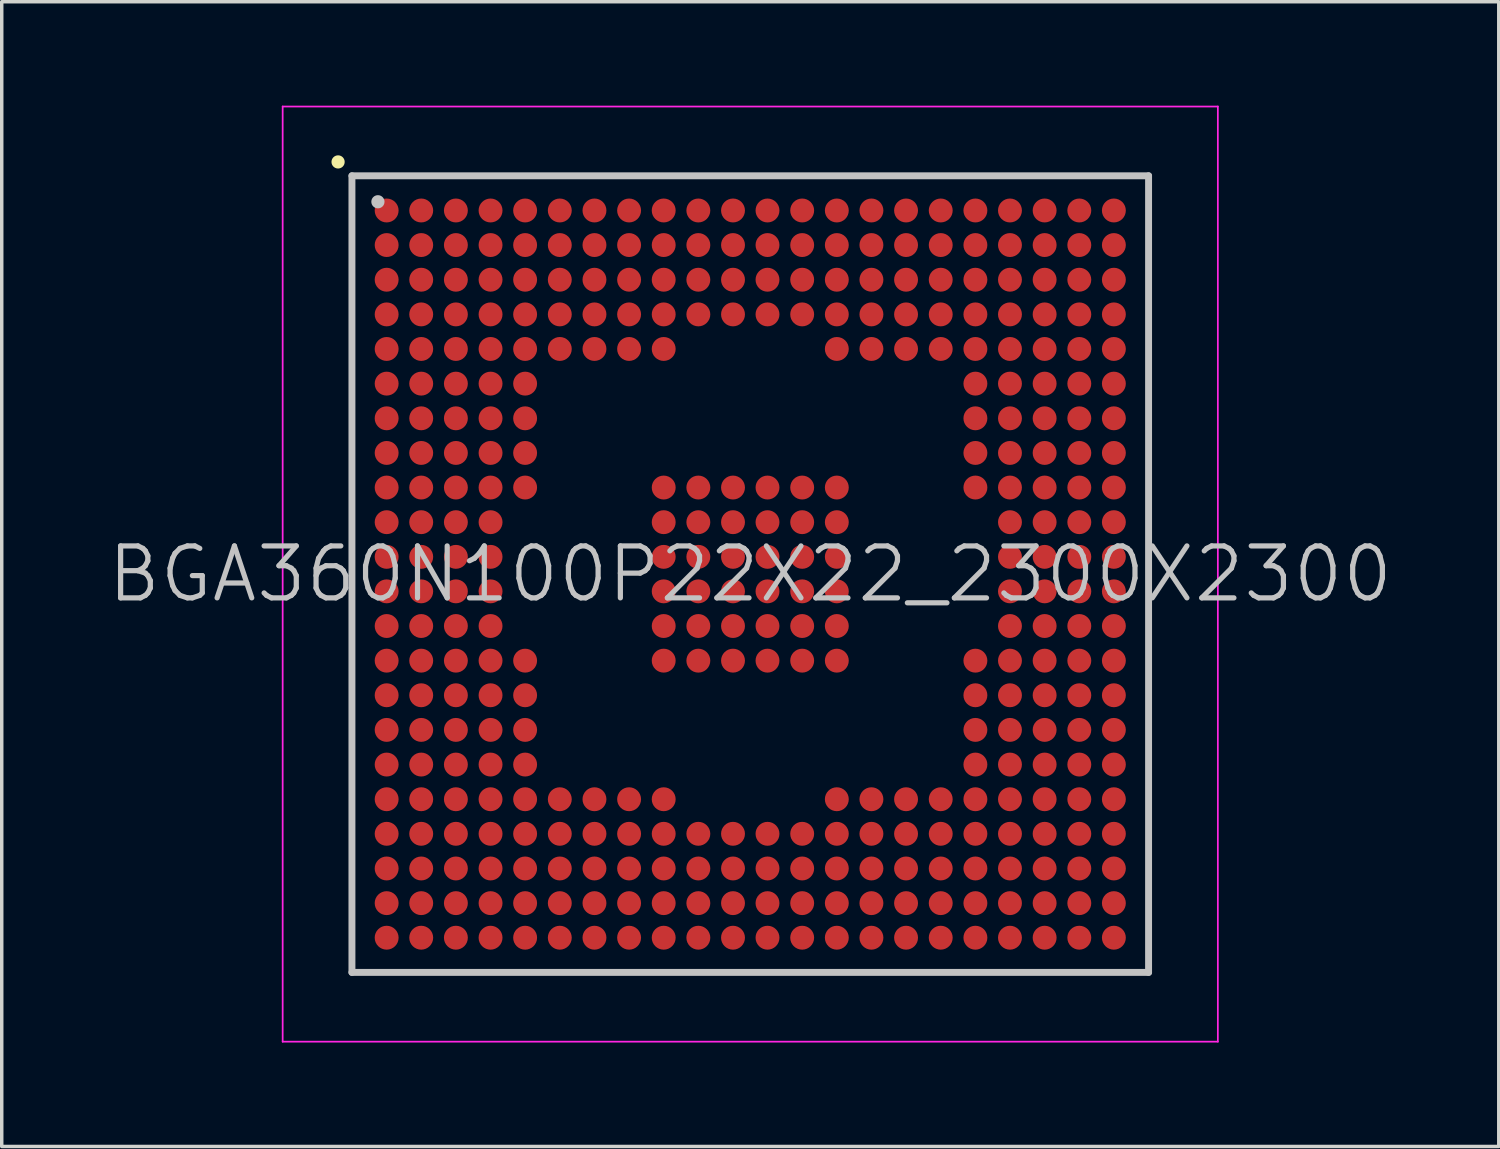
<source format=kicad_pcb>
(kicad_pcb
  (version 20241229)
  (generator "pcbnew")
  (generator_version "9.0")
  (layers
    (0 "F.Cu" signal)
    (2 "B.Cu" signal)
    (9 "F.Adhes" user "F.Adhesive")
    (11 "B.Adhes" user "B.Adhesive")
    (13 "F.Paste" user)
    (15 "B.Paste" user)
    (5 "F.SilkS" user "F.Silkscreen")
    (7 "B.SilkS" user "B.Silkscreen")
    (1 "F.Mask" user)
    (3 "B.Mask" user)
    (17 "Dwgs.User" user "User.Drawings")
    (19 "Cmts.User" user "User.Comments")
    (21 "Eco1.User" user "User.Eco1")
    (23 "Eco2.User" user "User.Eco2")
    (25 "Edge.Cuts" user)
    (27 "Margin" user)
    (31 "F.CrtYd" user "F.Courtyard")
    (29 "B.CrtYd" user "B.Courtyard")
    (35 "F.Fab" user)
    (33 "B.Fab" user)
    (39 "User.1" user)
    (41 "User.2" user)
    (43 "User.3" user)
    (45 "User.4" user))
  (footprint "BGA360N100P22X22_2300X2300"
    (layer "F.Cu")
    (at 18.611 13.525)
    (property "Reference" "BGA360N100P22X22_2300X2300" (at 0 0 0) (layer "Dwgs.User") (effects (font (size 1.5 1.5) (thickness 0.15))))
    (attr smd)
    (fp_line (start -11.9 -11.9) (end -11.9 -11.9) (stroke (width 0.381) (type solid)) (layer "F.SilkS"))
    (fp_line (start -11.5 -11.5) (end -11.5 11.5) (stroke (width 0.2) (type solid)) (layer "Dwgs.User"))
    (fp_line (start -11.5 -11.5) (end 11.5 -11.5) (stroke (width 0.2) (type solid)) (layer "Dwgs.User"))
    (fp_line (start -11.5 11.5) (end 11.5 11.5) (stroke (width 0.2) (type solid)) (layer "Dwgs.User"))
    (fp_line (start -10.75 -10.75) (end -10.75 -10.75) (stroke (width 0.381) (type solid)) (layer "Dwgs.User"))
    (fp_line (start 11.5 -11.5) (end 11.5 11.5) (stroke (width 0.2) (type solid)) (layer "Dwgs.User"))
    (fp_line (start -13.5 -13.5) (end -13.5 13.5) (stroke (width 0.05) (type solid)) (layer "F.CrtYd"))
    (fp_line (start -13.5 -13.5) (end 13.5 -13.5) (stroke (width 0.05) (type solid)) (layer "F.CrtYd"))
    (fp_line (start -13.5 13.5) (end 13.5 13.5) (stroke (width 0.05) (type solid)) (layer "F.CrtYd"))
    (fp_line (start 13.5 -13.5) (end 13.5 13.5) (stroke (width 0.05) (type solid)) (layer "F.CrtYd"))
    (pad "A1" smd circle (at -10.498 -10.498 270) (size 0.69 0.69) (layers "F.Cu" "F.Mask" "F.Paste"))
    (pad "A2" smd circle (at -9.5 -10.498 270) (size 0.69 0.69) (layers "F.Cu" "F.Mask" "F.Paste"))
    (pad "A3" smd circle (at -8.499 -10.498 270) (size 0.69 0.69) (layers "F.Cu" "F.Mask" "F.Paste"))
    (pad "A4" smd circle (at -7.498 -10.498 270) (size 0.69 0.69) (layers "F.Cu" "F.Mask" "F.Paste"))
    (pad "A5" smd circle (at -6.5 -10.498 270) (size 0.69 0.69) (layers "F.Cu" "F.Mask" "F.Paste"))
    (pad "A6" smd circle (at -5.499 -10.498 270) (size 0.69 0.69) (layers "F.Cu" "F.Mask" "F.Paste"))
    (pad "A7" smd circle (at -4.498 -10.498 270) (size 0.69 0.69) (layers "F.Cu" "F.Mask" "F.Paste"))
    (pad "A8" smd circle (at -3.498 -10.498 270) (size 0.69 0.69) (layers "F.Cu" "F.Mask" "F.Paste"))
    (pad "A9" smd circle (at -2.499 -10.498 270) (size 0.69 0.69) (layers "F.Cu" "F.Mask" "F.Paste"))
    (pad "A10" smd circle (at -1.499 -10.498 270) (size 0.69 0.69) (layers "F.Cu" "F.Mask" "F.Paste"))
    (pad "A11" smd circle (at -0.498 -10.498 270) (size 0.69 0.69) (layers "F.Cu" "F.Mask" "F.Paste"))
    (pad "A12" smd circle (at 0.498 -10.498 270) (size 0.69 0.69) (layers "F.Cu" "F.Mask" "F.Paste"))
    (pad "A13" smd circle (at 1.499 -10.498 270) (size 0.69 0.69) (layers "F.Cu" "F.Mask" "F.Paste"))
    (pad "A14" smd circle (at 2.499 -10.498 270) (size 0.69 0.69) (layers "F.Cu" "F.Mask" "F.Paste"))
    (pad "A15" smd circle (at 3.498 -10.498 270) (size 0.69 0.69) (layers "F.Cu" "F.Mask" "F.Paste"))
    (pad "A16" smd circle (at 4.498 -10.498 270) (size 0.69 0.69) (layers "F.Cu" "F.Mask" "F.Paste"))
    (pad "A17" smd circle (at 5.499 -10.498 270) (size 0.69 0.69) (layers "F.Cu" "F.Mask" "F.Paste"))
    (pad "A18" smd circle (at 6.5 -10.498 270) (size 0.69 0.69) (layers "F.Cu" "F.Mask" "F.Paste"))
    (pad "A19" smd circle (at 7.498 -10.498 270) (size 0.69 0.69) (layers "F.Cu" "F.Mask" "F.Paste"))
    (pad "A20" smd circle (at 8.499 -10.498 270) (size 0.69 0.69) (layers "F.Cu" "F.Mask" "F.Paste"))
    (pad "A21" smd circle (at 9.5 -10.498 270) (size 0.69 0.69) (layers "F.Cu" "F.Mask" "F.Paste"))
    (pad "A22" smd circle (at 10.498 -10.498 270) (size 0.69 0.69) (layers "F.Cu" "F.Mask" "F.Paste"))
    (pad "AA1" smd circle (at -10.498 9.5 270) (size 0.69 0.69) (layers "F.Cu" "F.Mask" "F.Paste"))
    (pad "AA2" smd circle (at -9.5 9.5 270) (size 0.69 0.69) (layers "F.Cu" "F.Mask" "F.Paste"))
    (pad "AA3" smd circle (at -8.499 9.5 270) (size 0.69 0.69) (layers "F.Cu" "F.Mask" "F.Paste"))
    (pad "AA4" smd circle (at -7.498 9.5 270) (size 0.69 0.69) (layers "F.Cu" "F.Mask" "F.Paste"))
    (pad "AA5" smd circle (at -6.5 9.5 270) (size 0.69 0.69) (layers "F.Cu" "F.Mask" "F.Paste"))
    (pad "AA6" smd circle (at -5.499 9.5 270) (size 0.69 0.69) (layers "F.Cu" "F.Mask" "F.Paste"))
    (pad "AA7" smd circle (at -4.498 9.5 270) (size 0.69 0.69) (layers "F.Cu" "F.Mask" "F.Paste"))
    (pad "AA8" smd circle (at -3.498 9.5 270) (size 0.69 0.69) (layers "F.Cu" "F.Mask" "F.Paste"))
    (pad "AA9" smd circle (at -2.499 9.5 270) (size 0.69 0.69) (layers "F.Cu" "F.Mask" "F.Paste"))
    (pad "AA10" smd circle (at -1.499 9.5 270) (size 0.69 0.69) (layers "F.Cu" "F.Mask" "F.Paste"))
    (pad "AA11" smd circle (at -0.498 9.5 270) (size 0.69 0.69) (layers "F.Cu" "F.Mask" "F.Paste"))
    (pad "AA12" smd circle (at 0.498 9.5 270) (size 0.69 0.69) (layers "F.Cu" "F.Mask" "F.Paste"))
    (pad "AA13" smd circle (at 1.499 9.5 270) (size 0.69 0.69) (layers "F.Cu" "F.Mask" "F.Paste"))
    (pad "AA14" smd circle (at 2.499 9.5 270) (size 0.69 0.69) (layers "F.Cu" "F.Mask" "F.Paste"))
    (pad "AA15" smd circle (at 3.498 9.5 270) (size 0.69 0.69) (layers "F.Cu" "F.Mask" "F.Paste"))
    (pad "AA16" smd circle (at 4.498 9.5 270) (size 0.69 0.69) (layers "F.Cu" "F.Mask" "F.Paste"))
    (pad "AA17" smd circle (at 5.499 9.5 270) (size 0.69 0.69) (layers "F.Cu" "F.Mask" "F.Paste"))
    (pad "AA18" smd circle (at 6.5 9.5 270) (size 0.69 0.69) (layers "F.Cu" "F.Mask" "F.Paste"))
    (pad "AA19" smd circle (at 7.498 9.5 270) (size 0.69 0.69) (layers "F.Cu" "F.Mask" "F.Paste"))
    (pad "AA20" smd circle (at 8.499 9.5 270) (size 0.69 0.69) (layers "F.Cu" "F.Mask" "F.Paste"))
    (pad "AA21" smd circle (at 9.5 9.5 270) (size 0.69 0.69) (layers "F.Cu" "F.Mask" "F.Paste"))
    (pad "AA22" smd circle (at 10.498 9.5 270) (size 0.69 0.69) (layers "F.Cu" "F.Mask" "F.Paste"))
    (pad "AB1" smd circle (at -10.498 10.498 270) (size 0.69 0.69) (layers "F.Cu" "F.Mask" "F.Paste"))
    (pad "AB2" smd circle (at -9.5 10.498 270) (size 0.69 0.69) (layers "F.Cu" "F.Mask" "F.Paste"))
    (pad "AB3" smd circle (at -8.499 10.498 270) (size 0.69 0.69) (layers "F.Cu" "F.Mask" "F.Paste"))
    (pad "AB4" smd circle (at -7.498 10.498 270) (size 0.69 0.69) (layers "F.Cu" "F.Mask" "F.Paste"))
    (pad "AB5" smd circle (at -6.5 10.498 270) (size 0.69 0.69) (layers "F.Cu" "F.Mask" "F.Paste"))
    (pad "AB6" smd circle (at -5.499 10.498 270) (size 0.69 0.69) (layers "F.Cu" "F.Mask" "F.Paste"))
    (pad "AB7" smd circle (at -4.498 10.498 270) (size 0.69 0.69) (layers "F.Cu" "F.Mask" "F.Paste"))
    (pad "AB8" smd circle (at -3.498 10.498 270) (size 0.69 0.69) (layers "F.Cu" "F.Mask" "F.Paste"))
    (pad "AB9" smd circle (at -2.499 10.498 270) (size 0.69 0.69) (layers "F.Cu" "F.Mask" "F.Paste"))
    (pad "AB10" smd circle (at -1.499 10.498 270) (size 0.69 0.69) (layers "F.Cu" "F.Mask" "F.Paste"))
    (pad "AB11" smd circle (at -0.498 10.498 270) (size 0.69 0.69) (layers "F.Cu" "F.Mask" "F.Paste"))
    (pad "AB12" smd circle (at 0.498 10.498 270) (size 0.69 0.69) (layers "F.Cu" "F.Mask" "F.Paste"))
    (pad "AB13" smd circle (at 1.499 10.498 270) (size 0.69 0.69) (layers "F.Cu" "F.Mask" "F.Paste"))
    (pad "AB14" smd circle (at 2.499 10.498 270) (size 0.69 0.69) (layers "F.Cu" "F.Mask" "F.Paste"))
    (pad "AB15" smd circle (at 3.498 10.498 270) (size 0.69 0.69) (layers "F.Cu" "F.Mask" "F.Paste"))
    (pad "AB16" smd circle (at 4.498 10.498 270) (size 0.69 0.69) (layers "F.Cu" "F.Mask" "F.Paste"))
    (pad "AB17" smd circle (at 5.499 10.498 270) (size 0.69 0.69) (layers "F.Cu" "F.Mask" "F.Paste"))
    (pad "AB18" smd circle (at 6.5 10.498 270) (size 0.69 0.69) (layers "F.Cu" "F.Mask" "F.Paste"))
    (pad "AB19" smd circle (at 7.498 10.498 270) (size 0.69 0.69) (layers "F.Cu" "F.Mask" "F.Paste"))
    (pad "AB20" smd circle (at 8.499 10.498 270) (size 0.69 0.69) (layers "F.Cu" "F.Mask" "F.Paste"))
    (pad "AB21" smd circle (at 9.5 10.498 270) (size 0.69 0.69) (layers "F.Cu" "F.Mask" "F.Paste"))
    (pad "AB22" smd circle (at 10.498 10.498 270) (size 0.69 0.69) (layers "F.Cu" "F.Mask" "F.Paste"))
    (pad "B1" smd circle (at -10.498 -9.5 270) (size 0.69 0.69) (layers "F.Cu" "F.Mask" "F.Paste"))
    (pad "B2" smd circle (at -9.5 -9.5 270) (size 0.69 0.69) (layers "F.Cu" "F.Mask" "F.Paste"))
    (pad "B3" smd circle (at -8.499 -9.5 270) (size 0.69 0.69) (layers "F.Cu" "F.Mask" "F.Paste"))
    (pad "B4" smd circle (at -7.498 -9.5 270) (size 0.69 0.69) (layers "F.Cu" "F.Mask" "F.Paste"))
    (pad "B5" smd circle (at -6.5 -9.5 270) (size 0.69 0.69) (layers "F.Cu" "F.Mask" "F.Paste"))
    (pad "B6" smd circle (at -5.499 -9.5 270) (size 0.69 0.69) (layers "F.Cu" "F.Mask" "F.Paste"))
    (pad "B7" smd circle (at -4.498 -9.5 270) (size 0.69 0.69) (layers "F.Cu" "F.Mask" "F.Paste"))
    (pad "B8" smd circle (at -3.498 -9.5 270) (size 0.69 0.69) (layers "F.Cu" "F.Mask" "F.Paste"))
    (pad "B9" smd circle (at -2.499 -9.5 270) (size 0.69 0.69) (layers "F.Cu" "F.Mask" "F.Paste"))
    (pad "B10" smd circle (at -1.499 -9.5 270) (size 0.69 0.69) (layers "F.Cu" "F.Mask" "F.Paste"))
    (pad "B11" smd circle (at -0.498 -9.5 270) (size 0.69 0.69) (layers "F.Cu" "F.Mask" "F.Paste"))
    (pad "B12" smd circle (at 0.498 -9.5 270) (size 0.69 0.69) (layers "F.Cu" "F.Mask" "F.Paste"))
    (pad "B13" smd circle (at 1.499 -9.5 270) (size 0.69 0.69) (layers "F.Cu" "F.Mask" "F.Paste"))
    (pad "B14" smd circle (at 2.499 -9.5 270) (size 0.69 0.69) (layers "F.Cu" "F.Mask" "F.Paste"))
    (pad "B15" smd circle (at 3.498 -9.5 270) (size 0.69 0.69) (layers "F.Cu" "F.Mask" "F.Paste"))
    (pad "B16" smd circle (at 4.498 -9.5 270) (size 0.69 0.69) (layers "F.Cu" "F.Mask" "F.Paste"))
    (pad "B17" smd circle (at 5.499 -9.5 270) (size 0.69 0.69) (layers "F.Cu" "F.Mask" "F.Paste"))
    (pad "B18" smd circle (at 6.5 -9.5 270) (size 0.69 0.69) (layers "F.Cu" "F.Mask" "F.Paste"))
    (pad "B19" smd circle (at 7.498 -9.5 270) (size 0.69 0.69) (layers "F.Cu" "F.Mask" "F.Paste"))
    (pad "B20" smd circle (at 8.499 -9.5 270) (size 0.69 0.69) (layers "F.Cu" "F.Mask" "F.Paste"))
    (pad "B21" smd circle (at 9.5 -9.5 270) (size 0.69 0.69) (layers "F.Cu" "F.Mask" "F.Paste"))
    (pad "B22" smd circle (at 10.498 -9.5 270) (size 0.69 0.69) (layers "F.Cu" "F.Mask" "F.Paste"))
    (pad "C1" smd circle (at -10.498 -8.499 270) (size 0.69 0.69) (layers "F.Cu" "F.Mask" "F.Paste"))
    (pad "C2" smd circle (at -9.5 -8.499 270) (size 0.69 0.69) (layers "F.Cu" "F.Mask" "F.Paste"))
    (pad "C3" smd circle (at -8.499 -8.499 270) (size 0.69 0.69) (layers "F.Cu" "F.Mask" "F.Paste"))
    (pad "C4" smd circle (at -7.498 -8.499 270) (size 0.69 0.69) (layers "F.Cu" "F.Mask" "F.Paste"))
    (pad "C5" smd circle (at -6.5 -8.499 270) (size 0.69 0.69) (layers "F.Cu" "F.Mask" "F.Paste"))
    (pad "C6" smd circle (at -5.499 -8.499 270) (size 0.69 0.69) (layers "F.Cu" "F.Mask" "F.Paste"))
    (pad "C7" smd circle (at -4.498 -8.499 270) (size 0.69 0.69) (layers "F.Cu" "F.Mask" "F.Paste"))
    (pad "C8" smd circle (at -3.498 -8.499 270) (size 0.69 0.69) (layers "F.Cu" "F.Mask" "F.Paste"))
    (pad "C9" smd circle (at -2.499 -8.499 270) (size 0.69 0.69) (layers "F.Cu" "F.Mask" "F.Paste"))
    (pad "C10" smd circle (at -1.499 -8.499 270) (size 0.69 0.69) (layers "F.Cu" "F.Mask" "F.Paste"))
    (pad "C11" smd circle (at -0.498 -8.499 270) (size 0.69 0.69) (layers "F.Cu" "F.Mask" "F.Paste"))
    (pad "C12" smd circle (at 0.498 -8.499 270) (size 0.69 0.69) (layers "F.Cu" "F.Mask" "F.Paste"))
    (pad "C13" smd circle (at 1.499 -8.499 270) (size 0.69 0.69) (layers "F.Cu" "F.Mask" "F.Paste"))
    (pad "C14" smd circle (at 2.499 -8.499 270) (size 0.69 0.69) (layers "F.Cu" "F.Mask" "F.Paste"))
    (pad "C15" smd circle (at 3.498 -8.499 270) (size 0.69 0.69) (layers "F.Cu" "F.Mask" "F.Paste"))
    (pad "C16" smd circle (at 4.498 -8.499 270) (size 0.69 0.69) (layers "F.Cu" "F.Mask" "F.Paste"))
    (pad "C17" smd circle (at 5.499 -8.499 270) (size 0.69 0.69) (layers "F.Cu" "F.Mask" "F.Paste"))
    (pad "C18" smd circle (at 6.5 -8.499 270) (size 0.69 0.69) (layers "F.Cu" "F.Mask" "F.Paste"))
    (pad "C19" smd circle (at 7.498 -8.499 270) (size 0.69 0.69) (layers "F.Cu" "F.Mask" "F.Paste"))
    (pad "C20" smd circle (at 8.499 -8.499 270) (size 0.69 0.69) (layers "F.Cu" "F.Mask" "F.Paste"))
    (pad "C21" smd circle (at 9.5 -8.499 270) (size 0.69 0.69) (layers "F.Cu" "F.Mask" "F.Paste"))
    (pad "C22" smd circle (at 10.498 -8.499 270) (size 0.69 0.69) (layers "F.Cu" "F.Mask" "F.Paste"))
    (pad "D1" smd circle (at -10.498 -7.498 270) (size 0.69 0.69) (layers "F.Cu" "F.Mask" "F.Paste"))
    (pad "D2" smd circle (at -9.5 -7.498 270) (size 0.69 0.69) (layers "F.Cu" "F.Mask" "F.Paste"))
    (pad "D3" smd circle (at -8.499 -7.498 270) (size 0.69 0.69) (layers "F.Cu" "F.Mask" "F.Paste"))
    (pad "D4" smd circle (at -7.498 -7.498 270) (size 0.69 0.69) (layers "F.Cu" "F.Mask" "F.Paste"))
    (pad "D5" smd circle (at -6.5 -7.498 270) (size 0.69 0.69) (layers "F.Cu" "F.Mask" "F.Paste"))
    (pad "D6" smd circle (at -5.499 -7.498 270) (size 0.69 0.69) (layers "F.Cu" "F.Mask" "F.Paste"))
    (pad "D7" smd circle (at -4.498 -7.498 270) (size 0.69 0.69) (layers "F.Cu" "F.Mask" "F.Paste"))
    (pad "D8" smd circle (at -3.498 -7.498 270) (size 0.69 0.69) (layers "F.Cu" "F.Mask" "F.Paste"))
    (pad "D9" smd circle (at -2.499 -7.498 270) (size 0.69 0.69) (layers "F.Cu" "F.Mask" "F.Paste"))
    (pad "D10" smd circle (at -1.499 -7.498 270) (size 0.69 0.69) (layers "F.Cu" "F.Mask" "F.Paste"))
    (pad "D11" smd circle (at -0.498 -7.498 270) (size 0.69 0.69) (layers "F.Cu" "F.Mask" "F.Paste"))
    (pad "D12" smd circle (at 0.498 -7.498 270) (size 0.69 0.69) (layers "F.Cu" "F.Mask" "F.Paste"))
    (pad "D13" smd circle (at 1.499 -7.498 270) (size 0.69 0.69) (layers "F.Cu" "F.Mask" "F.Paste"))
    (pad "D14" smd circle (at 2.499 -7.498 270) (size 0.69 0.69) (layers "F.Cu" "F.Mask" "F.Paste"))
    (pad "D15" smd circle (at 3.498 -7.498 270) (size 0.69 0.69) (layers "F.Cu" "F.Mask" "F.Paste"))
    (pad "D16" smd circle (at 4.498 -7.498 270) (size 0.69 0.69) (layers "F.Cu" "F.Mask" "F.Paste"))
    (pad "D17" smd circle (at 5.499 -7.498 270) (size 0.69 0.69) (layers "F.Cu" "F.Mask" "F.Paste"))
    (pad "D18" smd circle (at 6.5 -7.498 270) (size 0.69 0.69) (layers "F.Cu" "F.Mask" "F.Paste"))
    (pad "D19" smd circle (at 7.498 -7.498 270) (size 0.69 0.69) (layers "F.Cu" "F.Mask" "F.Paste"))
    (pad "D20" smd circle (at 8.499 -7.498 270) (size 0.69 0.69) (layers "F.Cu" "F.Mask" "F.Paste"))
    (pad "D21" smd circle (at 9.5 -7.498 270) (size 0.69 0.69) (layers "F.Cu" "F.Mask" "F.Paste"))
    (pad "D22" smd circle (at 10.498 -7.498 270) (size 0.69 0.69) (layers "F.Cu" "F.Mask" "F.Paste"))
    (pad "E1" smd circle (at -10.498 -6.5 270) (size 0.69 0.69) (layers "F.Cu" "F.Mask" "F.Paste"))
    (pad "E2" smd circle (at -9.5 -6.5 270) (size 0.69 0.69) (layers "F.Cu" "F.Mask" "F.Paste"))
    (pad "E3" smd circle (at -8.499 -6.5 270) (size 0.69 0.69) (layers "F.Cu" "F.Mask" "F.Paste"))
    (pad "E4" smd circle (at -7.498 -6.5 270) (size 0.69 0.69) (layers "F.Cu" "F.Mask" "F.Paste"))
    (pad "E5" smd circle (at -6.5 -6.5 270) (size 0.69 0.69) (layers "F.Cu" "F.Mask" "F.Paste"))
    (pad "E6" smd circle (at -5.499 -6.5 270) (size 0.69 0.69) (layers "F.Cu" "F.Mask" "F.Paste"))
    (pad "E7" smd circle (at -4.498 -6.5 270) (size 0.69 0.69) (layers "F.Cu" "F.Mask" "F.Paste"))
    (pad "E8" smd circle (at -3.498 -6.5 270) (size 0.69 0.69) (layers "F.Cu" "F.Mask" "F.Paste"))
    (pad "E9" smd circle (at -2.499 -6.5 270) (size 0.69 0.69) (layers "F.Cu" "F.Mask" "F.Paste"))
    (pad "E14" smd circle (at 2.499 -6.5 270) (size 0.69 0.69) (layers "F.Cu" "F.Mask" "F.Paste"))
    (pad "E15" smd circle (at 3.498 -6.5 270) (size 0.69 0.69) (layers "F.Cu" "F.Mask" "F.Paste"))
    (pad "E16" smd circle (at 4.498 -6.5 270) (size 0.69 0.69) (layers "F.Cu" "F.Mask" "F.Paste"))
    (pad "E17" smd circle (at 5.499 -6.5 270) (size 0.69 0.69) (layers "F.Cu" "F.Mask" "F.Paste"))
    (pad "E18" smd circle (at 6.5 -6.5 270) (size 0.69 0.69) (layers "F.Cu" "F.Mask" "F.Paste"))
    (pad "E19" smd circle (at 7.498 -6.5 270) (size 0.69 0.69) (layers "F.Cu" "F.Mask" "F.Paste"))
    (pad "E20" smd circle (at 8.499 -6.5 270) (size 0.69 0.69) (layers "F.Cu" "F.Mask" "F.Paste"))
    (pad "E21" smd circle (at 9.5 -6.5 270) (size 0.69 0.69) (layers "F.Cu" "F.Mask" "F.Paste"))
    (pad "E22" smd circle (at 10.498 -6.5 270) (size 0.69 0.69) (layers "F.Cu" "F.Mask" "F.Paste"))
    (pad "F1" smd circle (at -10.498 -5.499 270) (size 0.69 0.69) (layers "F.Cu" "F.Mask" "F.Paste"))
    (pad "F2" smd circle (at -9.5 -5.499 270) (size 0.69 0.69) (layers "F.Cu" "F.Mask" "F.Paste"))
    (pad "F3" smd circle (at -8.499 -5.499 270) (size 0.69 0.69) (layers "F.Cu" "F.Mask" "F.Paste"))
    (pad "F4" smd circle (at -7.498 -5.499 270) (size 0.69 0.69) (layers "F.Cu" "F.Mask" "F.Paste"))
    (pad "F5" smd circle (at -6.5 -5.499 270) (size 0.69 0.69) (layers "F.Cu" "F.Mask" "F.Paste"))
    (pad "F18" smd circle (at 6.5 -5.499 270) (size 0.69 0.69) (layers "F.Cu" "F.Mask" "F.Paste"))
    (pad "F19" smd circle (at 7.498 -5.499 270) (size 0.69 0.69) (layers "F.Cu" "F.Mask" "F.Paste"))
    (pad "F20" smd circle (at 8.499 -5.499 270) (size 0.69 0.69) (layers "F.Cu" "F.Mask" "F.Paste"))
    (pad "F21" smd circle (at 9.5 -5.499 270) (size 0.69 0.69) (layers "F.Cu" "F.Mask" "F.Paste"))
    (pad "F22" smd circle (at 10.498 -5.499 270) (size 0.69 0.69) (layers "F.Cu" "F.Mask" "F.Paste"))
    (pad "G1" smd circle (at -10.498 -4.498 270) (size 0.69 0.69) (layers "F.Cu" "F.Mask" "F.Paste"))
    (pad "G2" smd circle (at -9.5 -4.498 270) (size 0.69 0.69) (layers "F.Cu" "F.Mask" "F.Paste"))
    (pad "G3" smd circle (at -8.499 -4.498 270) (size 0.69 0.69) (layers "F.Cu" "F.Mask" "F.Paste"))
    (pad "G4" smd circle (at -7.498 -4.498 270) (size 0.69 0.69) (layers "F.Cu" "F.Mask" "F.Paste"))
    (pad "G5" smd circle (at -6.5 -4.498 270) (size 0.69 0.69) (layers "F.Cu" "F.Mask" "F.Paste"))
    (pad "G18" smd circle (at 6.5 -4.498 270) (size 0.69 0.69) (layers "F.Cu" "F.Mask" "F.Paste"))
    (pad "G19" smd circle (at 7.498 -4.498 270) (size 0.69 0.69) (layers "F.Cu" "F.Mask" "F.Paste"))
    (pad "G20" smd circle (at 8.499 -4.498 270) (size 0.69 0.69) (layers "F.Cu" "F.Mask" "F.Paste"))
    (pad "G21" smd circle (at 9.5 -4.498 270) (size 0.69 0.69) (layers "F.Cu" "F.Mask" "F.Paste"))
    (pad "G22" smd circle (at 10.498 -4.498 270) (size 0.69 0.69) (layers "F.Cu" "F.Mask" "F.Paste"))
    (pad "H1" smd circle (at -10.498 -3.498 270) (size 0.69 0.69) (layers "F.Cu" "F.Mask" "F.Paste"))
    (pad "H2" smd circle (at -9.5 -3.498 270) (size 0.69 0.69) (layers "F.Cu" "F.Mask" "F.Paste"))
    (pad "H3" smd circle (at -8.499 -3.498 270) (size 0.69 0.69) (layers "F.Cu" "F.Mask" "F.Paste"))
    (pad "H4" smd circle (at -7.498 -3.498 270) (size 0.69 0.69) (layers "F.Cu" "F.Mask" "F.Paste"))
    (pad "H5" smd circle (at -6.5 -3.498 270) (size 0.69 0.69) (layers "F.Cu" "F.Mask" "F.Paste"))
    (pad "H18" smd circle (at 6.5 -3.498 270) (size 0.69 0.69) (layers "F.Cu" "F.Mask" "F.Paste"))
    (pad "H19" smd circle (at 7.498 -3.498 270) (size 0.69 0.69) (layers "F.Cu" "F.Mask" "F.Paste"))
    (pad "H20" smd circle (at 8.499 -3.498 270) (size 0.69 0.69) (layers "F.Cu" "F.Mask" "F.Paste"))
    (pad "H21" smd circle (at 9.5 -3.498 270) (size 0.69 0.69) (layers "F.Cu" "F.Mask" "F.Paste"))
    (pad "H22" smd circle (at 10.498 -3.498 270) (size 0.69 0.69) (layers "F.Cu" "F.Mask" "F.Paste"))
    (pad "J1" smd circle (at -10.498 -2.499 270) (size 0.69 0.69) (layers "F.Cu" "F.Mask" "F.Paste"))
    (pad "J2" smd circle (at -9.5 -2.499 270) (size 0.69 0.69) (layers "F.Cu" "F.Mask" "F.Paste"))
    (pad "J3" smd circle (at -8.499 -2.499 270) (size 0.69 0.69) (layers "F.Cu" "F.Mask" "F.Paste"))
    (pad "J4" smd circle (at -7.498 -2.499 270) (size 0.69 0.69) (layers "F.Cu" "F.Mask" "F.Paste"))
    (pad "J5" smd circle (at -6.5 -2.499 270) (size 0.69 0.69) (layers "F.Cu" "F.Mask" "F.Paste"))
    (pad "J9" smd circle (at -2.499 -2.499 270) (size 0.69 0.69) (layers "F.Cu" "F.Mask" "F.Paste"))
    (pad "J10" smd circle (at -1.499 -2.499 270) (size 0.69 0.69) (layers "F.Cu" "F.Mask" "F.Paste"))
    (pad "J11" smd circle (at -0.498 -2.499 270) (size 0.69 0.69) (layers "F.Cu" "F.Mask" "F.Paste"))
    (pad "J12" smd circle (at 0.498 -2.499 270) (size 0.69 0.69) (layers "F.Cu" "F.Mask" "F.Paste"))
    (pad "J13" smd circle (at 1.499 -2.499 270) (size 0.69 0.69) (layers "F.Cu" "F.Mask" "F.Paste"))
    (pad "J14" smd circle (at 2.499 -2.499 270) (size 0.69 0.69) (layers "F.Cu" "F.Mask" "F.Paste"))
    (pad "J18" smd circle (at 6.5 -2.499 270) (size 0.69 0.69) (layers "F.Cu" "F.Mask" "F.Paste"))
    (pad "J19" smd circle (at 7.498 -2.499 270) (size 0.69 0.69) (layers "F.Cu" "F.Mask" "F.Paste"))
    (pad "J20" smd circle (at 8.499 -2.499 270) (size 0.69 0.69) (layers "F.Cu" "F.Mask" "F.Paste"))
    (pad "J21" smd circle (at 9.5 -2.499 270) (size 0.69 0.69) (layers "F.Cu" "F.Mask" "F.Paste"))
    (pad "J22" smd circle (at 10.498 -2.499 270) (size 0.69 0.69) (layers "F.Cu" "F.Mask" "F.Paste"))
    (pad "K1" smd circle (at -10.498 -1.499 270) (size 0.69 0.69) (layers "F.Cu" "F.Mask" "F.Paste"))
    (pad "K2" smd circle (at -9.5 -1.499 270) (size 0.69 0.69) (layers "F.Cu" "F.Mask" "F.Paste"))
    (pad "K3" smd circle (at -8.499 -1.499 270) (size 0.69 0.69) (layers "F.Cu" "F.Mask" "F.Paste"))
    (pad "K4" smd circle (at -7.498 -1.499 270) (size 0.69 0.69) (layers "F.Cu" "F.Mask" "F.Paste"))
    (pad "K9" smd circle (at -2.499 -1.499 270) (size 0.69 0.69) (layers "F.Cu" "F.Mask" "F.Paste"))
    (pad "K10" smd circle (at -1.499 -1.499 270) (size 0.69 0.69) (layers "F.Cu" "F.Mask" "F.Paste"))
    (pad "K11" smd circle (at -0.498 -1.499 270) (size 0.69 0.69) (layers "F.Cu" "F.Mask" "F.Paste"))
    (pad "K12" smd circle (at 0.498 -1.499 270) (size 0.69 0.69) (layers "F.Cu" "F.Mask" "F.Paste"))
    (pad "K13" smd circle (at 1.499 -1.499 270) (size 0.69 0.69) (layers "F.Cu" "F.Mask" "F.Paste"))
    (pad "K14" smd circle (at 2.499 -1.499 270) (size 0.69 0.69) (layers "F.Cu" "F.Mask" "F.Paste"))
    (pad "K19" smd circle (at 7.498 -1.499 270) (size 0.69 0.69) (layers "F.Cu" "F.Mask" "F.Paste"))
    (pad "K20" smd circle (at 8.499 -1.499 270) (size 0.69 0.69) (layers "F.Cu" "F.Mask" "F.Paste"))
    (pad "K21" smd circle (at 9.5 -1.499 270) (size 0.69 0.69) (layers "F.Cu" "F.Mask" "F.Paste"))
    (pad "K22" smd circle (at 10.498 -1.499 270) (size 0.69 0.69) (layers "F.Cu" "F.Mask" "F.Paste"))
    (pad "L1" smd circle (at -10.498 -0.498 270) (size 0.69 0.69) (layers "F.Cu" "F.Mask" "F.Paste"))
    (pad "L2" smd circle (at -9.5 -0.498 270) (size 0.69 0.69) (layers "F.Cu" "F.Mask" "F.Paste"))
    (pad "L3" smd circle (at -8.499 -0.498 270) (size 0.69 0.69) (layers "F.Cu" "F.Mask" "F.Paste"))
    (pad "L4" smd circle (at -7.498 -0.498 270) (size 0.69 0.69) (layers "F.Cu" "F.Mask" "F.Paste"))
    (pad "L9" smd circle (at -2.499 -0.498 270) (size 0.69 0.69) (layers "F.Cu" "F.Mask" "F.Paste"))
    (pad "L10" smd circle (at -1.499 -0.498 270) (size 0.69 0.69) (layers "F.Cu" "F.Mask" "F.Paste"))
    (pad "L11" smd circle (at -0.498 -0.498 270) (size 0.69 0.69) (layers "F.Cu" "F.Mask" "F.Paste"))
    (pad "L12" smd circle (at 0.498 -0.498 270) (size 0.69 0.69) (layers "F.Cu" "F.Mask" "F.Paste"))
    (pad "L13" smd circle (at 1.499 -0.498 270) (size 0.69 0.69) (layers "F.Cu" "F.Mask" "F.Paste"))
    (pad "L14" smd circle (at 2.499 -0.498 270) (size 0.69 0.69) (layers "F.Cu" "F.Mask" "F.Paste"))
    (pad "L19" smd circle (at 7.498 -0.498 270) (size 0.69 0.69) (layers "F.Cu" "F.Mask" "F.Paste"))
    (pad "L20" smd circle (at 8.499 -0.498 270) (size 0.69 0.69) (layers "F.Cu" "F.Mask" "F.Paste"))
    (pad "L21" smd circle (at 9.5 -0.498 270) (size 0.69 0.69) (layers "F.Cu" "F.Mask" "F.Paste"))
    (pad "L22" smd circle (at 10.498 -0.498 270) (size 0.69 0.69) (layers "F.Cu" "F.Mask" "F.Paste"))
    (pad "M1" smd circle (at -10.498 0.498 270) (size 0.69 0.69) (layers "F.Cu" "F.Mask" "F.Paste"))
    (pad "M2" smd circle (at -9.5 0.498 270) (size 0.69 0.69) (layers "F.Cu" "F.Mask" "F.Paste"))
    (pad "M3" smd circle (at -8.499 0.498 270) (size 0.69 0.69) (layers "F.Cu" "F.Mask" "F.Paste"))
    (pad "M4" smd circle (at -7.498 0.498 270) (size 0.69 0.69) (layers "F.Cu" "F.Mask" "F.Paste"))
    (pad "M9" smd circle (at -2.499 0.498 270) (size 0.69 0.69) (layers "F.Cu" "F.Mask" "F.Paste"))
    (pad "M10" smd circle (at -1.499 0.498 270) (size 0.69 0.69) (layers "F.Cu" "F.Mask" "F.Paste"))
    (pad "M11" smd circle (at -0.498 0.498 270) (size 0.69 0.69) (layers "F.Cu" "F.Mask" "F.Paste"))
    (pad "M12" smd circle (at 0.498 0.498 270) (size 0.69 0.69) (layers "F.Cu" "F.Mask" "F.Paste"))
    (pad "M13" smd circle (at 1.499 0.498 270) (size 0.69 0.69) (layers "F.Cu" "F.Mask" "F.Paste"))
    (pad "M14" smd circle (at 2.499 0.498 270) (size 0.69 0.69) (layers "F.Cu" "F.Mask" "F.Paste"))
    (pad "M19" smd circle (at 7.498 0.498 270) (size 0.69 0.69) (layers "F.Cu" "F.Mask" "F.Paste"))
    (pad "M20" smd circle (at 8.499 0.498 270) (size 0.69 0.69) (layers "F.Cu" "F.Mask" "F.Paste"))
    (pad "M21" smd circle (at 9.5 0.498 270) (size 0.69 0.69) (layers "F.Cu" "F.Mask" "F.Paste"))
    (pad "M22" smd circle (at 10.498 0.498 270) (size 0.69 0.69) (layers "F.Cu" "F.Mask" "F.Paste"))
    (pad "N1" smd circle (at -10.498 1.499 270) (size 0.69 0.69) (layers "F.Cu" "F.Mask" "F.Paste"))
    (pad "N2" smd circle (at -9.5 1.499 270) (size 0.69 0.69) (layers "F.Cu" "F.Mask" "F.Paste"))
    (pad "N3" smd circle (at -8.499 1.499 270) (size 0.69 0.69) (layers "F.Cu" "F.Mask" "F.Paste"))
    (pad "N4" smd circle (at -7.498 1.499 270) (size 0.69 0.69) (layers "F.Cu" "F.Mask" "F.Paste"))
    (pad "N9" smd circle (at -2.499 1.499 270) (size 0.69 0.69) (layers "F.Cu" "F.Mask" "F.Paste"))
    (pad "N10" smd circle (at -1.499 1.499 270) (size 0.69 0.69) (layers "F.Cu" "F.Mask" "F.Paste"))
    (pad "N11" smd circle (at -0.498 1.499 270) (size 0.69 0.69) (layers "F.Cu" "F.Mask" "F.Paste"))
    (pad "N12" smd circle (at 0.498 1.499 270) (size 0.69 0.69) (layers "F.Cu" "F.Mask" "F.Paste"))
    (pad "N13" smd circle (at 1.499 1.499 270) (size 0.69 0.69) (layers "F.Cu" "F.Mask" "F.Paste"))
    (pad "N14" smd circle (at 2.499 1.499 270) (size 0.69 0.69) (layers "F.Cu" "F.Mask" "F.Paste"))
    (pad "N19" smd circle (at 7.498 1.499 270) (size 0.69 0.69) (layers "F.Cu" "F.Mask" "F.Paste"))
    (pad "N20" smd circle (at 8.499 1.499 270) (size 0.69 0.69) (layers "F.Cu" "F.Mask" "F.Paste"))
    (pad "N21" smd circle (at 9.5 1.499 270) (size 0.69 0.69) (layers "F.Cu" "F.Mask" "F.Paste"))
    (pad "N22" smd circle (at 10.498 1.499 270) (size 0.69 0.69) (layers "F.Cu" "F.Mask" "F.Paste"))
    (pad "P1" smd circle (at -10.498 2.499 270) (size 0.69 0.69) (layers "F.Cu" "F.Mask" "F.Paste"))
    (pad "P2" smd circle (at -9.5 2.499 270) (size 0.69 0.69) (layers "F.Cu" "F.Mask" "F.Paste"))
    (pad "P3" smd circle (at -8.499 2.499 270) (size 0.69 0.69) (layers "F.Cu" "F.Mask" "F.Paste"))
    (pad "P4" smd circle (at -7.498 2.499 270) (size 0.69 0.69) (layers "F.Cu" "F.Mask" "F.Paste"))
    (pad "P5" smd circle (at -6.5 2.499 270) (size 0.69 0.69) (layers "F.Cu" "F.Mask" "F.Paste"))
    (pad "P9" smd circle (at -2.499 2.499 270) (size 0.69 0.69) (layers "F.Cu" "F.Mask" "F.Paste"))
    (pad "P10" smd circle (at -1.499 2.499 270) (size 0.69 0.69) (layers "F.Cu" "F.Mask" "F.Paste"))
    (pad "P11" smd circle (at -0.498 2.499 270) (size 0.69 0.69) (layers "F.Cu" "F.Mask" "F.Paste"))
    (pad "P12" smd circle (at 0.498 2.499 270) (size 0.69 0.69) (layers "F.Cu" "F.Mask" "F.Paste"))
    (pad "P13" smd circle (at 1.499 2.499 270) (size 0.69 0.69) (layers "F.Cu" "F.Mask" "F.Paste"))
    (pad "P14" smd circle (at 2.499 2.499 270) (size 0.69 0.69) (layers "F.Cu" "F.Mask" "F.Paste"))
    (pad "P18" smd circle (at 6.5 2.499 270) (size 0.69 0.69) (layers "F.Cu" "F.Mask" "F.Paste"))
    (pad "P19" smd circle (at 7.498 2.499 270) (size 0.69 0.69) (layers "F.Cu" "F.Mask" "F.Paste"))
    (pad "P20" smd circle (at 8.499 2.499 270) (size 0.69 0.69) (layers "F.Cu" "F.Mask" "F.Paste"))
    (pad "P21" smd circle (at 9.5 2.499 270) (size 0.69 0.69) (layers "F.Cu" "F.Mask" "F.Paste"))
    (pad "P22" smd circle (at 10.498 2.499 270) (size 0.69 0.69) (layers "F.Cu" "F.Mask" "F.Paste"))
    (pad "R1" smd circle (at -10.498 3.498 270) (size 0.69 0.69) (layers "F.Cu" "F.Mask" "F.Paste"))
    (pad "R2" smd circle (at -9.5 3.498 270) (size 0.69 0.69) (layers "F.Cu" "F.Mask" "F.Paste"))
    (pad "R3" smd circle (at -8.499 3.498 270) (size 0.69 0.69) (layers "F.Cu" "F.Mask" "F.Paste"))
    (pad "R4" smd circle (at -7.498 3.498 270) (size 0.69 0.69) (layers "F.Cu" "F.Mask" "F.Paste"))
    (pad "R5" smd circle (at -6.5 3.498 270) (size 0.69 0.69) (layers "F.Cu" "F.Mask" "F.Paste"))
    (pad "R18" smd circle (at 6.5 3.498 270) (size 0.69 0.69) (layers "F.Cu" "F.Mask" "F.Paste"))
    (pad "R19" smd circle (at 7.498 3.498 270) (size 0.69 0.69) (layers "F.Cu" "F.Mask" "F.Paste"))
    (pad "R20" smd circle (at 8.499 3.498 270) (size 0.69 0.69) (layers "F.Cu" "F.Mask" "F.Paste"))
    (pad "R21" smd circle (at 9.5 3.498 270) (size 0.69 0.69) (layers "F.Cu" "F.Mask" "F.Paste"))
    (pad "R22" smd circle (at 10.498 3.498 270) (size 0.69 0.69) (layers "F.Cu" "F.Mask" "F.Paste"))
    (pad "T1" smd circle (at -10.498 4.498 270) (size 0.69 0.69) (layers "F.Cu" "F.Mask" "F.Paste"))
    (pad "T2" smd circle (at -9.5 4.498 270) (size 0.69 0.69) (layers "F.Cu" "F.Mask" "F.Paste"))
    (pad "T3" smd circle (at -8.499 4.498 270) (size 0.69 0.69) (layers "F.Cu" "F.Mask" "F.Paste"))
    (pad "T4" smd circle (at -7.498 4.498 270) (size 0.69 0.69) (layers "F.Cu" "F.Mask" "F.Paste"))
    (pad "T5" smd circle (at -6.5 4.498 270) (size 0.69 0.69) (layers "F.Cu" "F.Mask" "F.Paste"))
    (pad "T18" smd circle (at 6.5 4.498 270) (size 0.69 0.69) (layers "F.Cu" "F.Mask" "F.Paste"))
    (pad "T19" smd circle (at 7.498 4.498 270) (size 0.69 0.69) (layers "F.Cu" "F.Mask" "F.Paste"))
    (pad "T20" smd circle (at 8.499 4.498 270) (size 0.69 0.69) (layers "F.Cu" "F.Mask" "F.Paste"))
    (pad "T21" smd circle (at 9.5 4.498 270) (size 0.69 0.69) (layers "F.Cu" "F.Mask" "F.Paste"))
    (pad "T22" smd circle (at 10.498 4.498 270) (size 0.69 0.69) (layers "F.Cu" "F.Mask" "F.Paste"))
    (pad "U1" smd circle (at -10.498 5.499 270) (size 0.69 0.69) (layers "F.Cu" "F.Mask" "F.Paste"))
    (pad "U2" smd circle (at -9.5 5.499 270) (size 0.69 0.69) (layers "F.Cu" "F.Mask" "F.Paste"))
    (pad "U3" smd circle (at -8.499 5.499 270) (size 0.69 0.69) (layers "F.Cu" "F.Mask" "F.Paste"))
    (pad "U4" smd circle (at -7.498 5.499 270) (size 0.69 0.69) (layers "F.Cu" "F.Mask" "F.Paste"))
    (pad "U5" smd circle (at -6.5 5.499 270) (size 0.69 0.69) (layers "F.Cu" "F.Mask" "F.Paste"))
    (pad "U18" smd circle (at 6.5 5.499 270) (size 0.69 0.69) (layers "F.Cu" "F.Mask" "F.Paste"))
    (pad "U19" smd circle (at 7.498 5.499 270) (size 0.69 0.69) (layers "F.Cu" "F.Mask" "F.Paste"))
    (pad "U20" smd circle (at 8.499 5.499 270) (size 0.69 0.69) (layers "F.Cu" "F.Mask" "F.Paste"))
    (pad "U21" smd circle (at 9.5 5.499 270) (size 0.69 0.69) (layers "F.Cu" "F.Mask" "F.Paste"))
    (pad "U22" smd circle (at 10.498 5.499 270) (size 0.69 0.69) (layers "F.Cu" "F.Mask" "F.Paste"))
    (pad "V1" smd circle (at -10.498 6.5 270) (size 0.69 0.69) (layers "F.Cu" "F.Mask" "F.Paste"))
    (pad "V2" smd circle (at -9.5 6.5 270) (size 0.69 0.69) (layers "F.Cu" "F.Mask" "F.Paste"))
    (pad "V3" smd circle (at -8.499 6.5 270) (size 0.69 0.69) (layers "F.Cu" "F.Mask" "F.Paste"))
    (pad "V4" smd circle (at -7.498 6.5 270) (size 0.69 0.69) (layers "F.Cu" "F.Mask" "F.Paste"))
    (pad "V5" smd circle (at -6.5 6.5 270) (size 0.69 0.69) (layers "F.Cu" "F.Mask" "F.Paste"))
    (pad "V6" smd circle (at -5.499 6.5 270) (size 0.69 0.69) (layers "F.Cu" "F.Mask" "F.Paste"))
    (pad "V7" smd circle (at -4.498 6.5 270) (size 0.69 0.69) (layers "F.Cu" "F.Mask" "F.Paste"))
    (pad "V8" smd circle (at -3.498 6.5 270) (size 0.69 0.69) (layers "F.Cu" "F.Mask" "F.Paste"))
    (pad "V9" smd circle (at -2.499 6.5 270) (size 0.69 0.69) (layers "F.Cu" "F.Mask" "F.Paste"))
    (pad "V14" smd circle (at 2.499 6.5 270) (size 0.69 0.69) (layers "F.Cu" "F.Mask" "F.Paste"))
    (pad "V15" smd circle (at 3.498 6.5 270) (size 0.69 0.69) (layers "F.Cu" "F.Mask" "F.Paste"))
    (pad "V16" smd circle (at 4.498 6.5 270) (size 0.69 0.69) (layers "F.Cu" "F.Mask" "F.Paste"))
    (pad "V17" smd circle (at 5.499 6.5 270) (size 0.69 0.69) (layers "F.Cu" "F.Mask" "F.Paste"))
    (pad "V18" smd circle (at 6.5 6.5 270) (size 0.69 0.69) (layers "F.Cu" "F.Mask" "F.Paste"))
    (pad "V19" smd circle (at 7.498 6.5 270) (size 0.69 0.69) (layers "F.Cu" "F.Mask" "F.Paste"))
    (pad "V20" smd circle (at 8.499 6.5 270) (size 0.69 0.69) (layers "F.Cu" "F.Mask" "F.Paste"))
    (pad "V21" smd circle (at 9.5 6.5 270) (size 0.69 0.69) (layers "F.Cu" "F.Mask" "F.Paste"))
    (pad "V22" smd circle (at 10.498 6.5 270) (size 0.69 0.69) (layers "F.Cu" "F.Mask" "F.Paste"))
    (pad "W1" smd circle (at -10.498 7.498 270) (size 0.69 0.69) (layers "F.Cu" "F.Mask" "F.Paste"))
    (pad "W2" smd circle (at -9.5 7.498 270) (size 0.69 0.69) (layers "F.Cu" "F.Mask" "F.Paste"))
    (pad "W3" smd circle (at -8.499 7.498 270) (size 0.69 0.69) (layers "F.Cu" "F.Mask" "F.Paste"))
    (pad "W4" smd circle (at -7.498 7.498 270) (size 0.69 0.69) (layers "F.Cu" "F.Mask" "F.Paste"))
    (pad "W5" smd circle (at -6.5 7.498 270) (size 0.69 0.69) (layers "F.Cu" "F.Mask" "F.Paste"))
    (pad "W6" smd circle (at -5.499 7.498 270) (size 0.69 0.69) (layers "F.Cu" "F.Mask" "F.Paste"))
    (pad "W7" smd circle (at -4.498 7.498 270) (size 0.69 0.69) (layers "F.Cu" "F.Mask" "F.Paste"))
    (pad "W8" smd circle (at -3.498 7.498 270) (size 0.69 0.69) (layers "F.Cu" "F.Mask" "F.Paste"))
    (pad "W9" smd circle (at -2.499 7.498 270) (size 0.69 0.69) (layers "F.Cu" "F.Mask" "F.Paste"))
    (pad "W10" smd circle (at -1.499 7.498 270) (size 0.69 0.69) (layers "F.Cu" "F.Mask" "F.Paste"))
    (pad "W11" smd circle (at -0.498 7.498 270) (size 0.69 0.69) (layers "F.Cu" "F.Mask" "F.Paste"))
    (pad "W12" smd circle (at 0.498 7.498 270) (size 0.69 0.69) (layers "F.Cu" "F.Mask" "F.Paste"))
    (pad "W13" smd circle (at 1.499 7.498 270) (size 0.69 0.69) (layers "F.Cu" "F.Mask" "F.Paste"))
    (pad "W14" smd circle (at 2.499 7.498 270) (size 0.69 0.69) (layers "F.Cu" "F.Mask" "F.Paste"))
    (pad "W15" smd circle (at 3.498 7.498 270) (size 0.69 0.69) (layers "F.Cu" "F.Mask" "F.Paste"))
    (pad "W16" smd circle (at 4.498 7.498 270) (size 0.69 0.69) (layers "F.Cu" "F.Mask" "F.Paste"))
    (pad "W17" smd circle (at 5.499 7.498 270) (size 0.69 0.69) (layers "F.Cu" "F.Mask" "F.Paste"))
    (pad "W18" smd circle (at 6.5 7.498 270) (size 0.69 0.69) (layers "F.Cu" "F.Mask" "F.Paste"))
    (pad "W19" smd circle (at 7.498 7.498 270) (size 0.69 0.69) (layers "F.Cu" "F.Mask" "F.Paste"))
    (pad "W20" smd circle (at 8.499 7.498 270) (size 0.69 0.69) (layers "F.Cu" "F.Mask" "F.Paste"))
    (pad "W21" smd circle (at 9.5 7.498 270) (size 0.69 0.69) (layers "F.Cu" "F.Mask" "F.Paste"))
    (pad "W22" smd circle (at 10.498 7.498 270) (size 0.69 0.69) (layers "F.Cu" "F.Mask" "F.Paste"))
    (pad "Y1" smd circle (at -10.498 8.499 270) (size 0.69 0.69) (layers "F.Cu" "F.Mask" "F.Paste"))
    (pad "Y2" smd circle (at -9.5 8.499 270) (size 0.69 0.69) (layers "F.Cu" "F.Mask" "F.Paste"))
    (pad "Y3" smd circle (at -8.499 8.499 270) (size 0.69 0.69) (layers "F.Cu" "F.Mask" "F.Paste"))
    (pad "Y4" smd circle (at -7.498 8.499 270) (size 0.69 0.69) (layers "F.Cu" "F.Mask" "F.Paste"))
    (pad "Y5" smd circle (at -6.5 8.499 270) (size 0.69 0.69) (layers "F.Cu" "F.Mask" "F.Paste"))
    (pad "Y6" smd circle (at -5.499 8.499 270) (size 0.69 0.69) (layers "F.Cu" "F.Mask" "F.Paste"))
    (pad "Y7" smd circle (at -4.498 8.499 270) (size 0.69 0.69) (layers "F.Cu" "F.Mask" "F.Paste"))
    (pad "Y8" smd circle (at -3.498 8.499 270) (size 0.69 0.69) (layers "F.Cu" "F.Mask" "F.Paste"))
    (pad "Y9" smd circle (at -2.499 8.499 270) (size 0.69 0.69) (layers "F.Cu" "F.Mask" "F.Paste"))
    (pad "Y10" smd circle (at -1.499 8.499 270) (size 0.69 0.69) (layers "F.Cu" "F.Mask" "F.Paste"))
    (pad "Y11" smd circle (at -0.498 8.499 270) (size 0.69 0.69) (layers "F.Cu" "F.Mask" "F.Paste"))
    (pad "Y12" smd circle (at 0.498 8.499 270) (size 0.69 0.69) (layers "F.Cu" "F.Mask" "F.Paste"))
    (pad "Y13" smd circle (at 1.499 8.499 270) (size 0.69 0.69) (layers "F.Cu" "F.Mask" "F.Paste"))
    (pad "Y14" smd circle (at 2.499 8.499 270) (size 0.69 0.69) (layers "F.Cu" "F.Mask" "F.Paste"))
    (pad "Y15" smd circle (at 3.498 8.499 270) (size 0.69 0.69) (layers "F.Cu" "F.Mask" "F.Paste"))
    (pad "Y16" smd circle (at 4.498 8.499 270) (size 0.69 0.69) (layers "F.Cu" "F.Mask" "F.Paste"))
    (pad "Y17" smd circle (at 5.499 8.499 270) (size 0.69 0.69) (layers "F.Cu" "F.Mask" "F.Paste"))
    (pad "Y18" smd circle (at 6.5 8.499 270) (size 0.69 0.69) (layers "F.Cu" "F.Mask" "F.Paste"))
    (pad "Y19" smd circle (at 7.498 8.499 270) (size 0.69 0.69) (layers "F.Cu" "F.Mask" "F.Paste"))
    (pad "Y20" smd circle (at 8.499 8.499 270) (size 0.69 0.69) (layers "F.Cu" "F.Mask" "F.Paste"))
    (pad "Y21" smd circle (at 9.5 8.499 270) (size 0.69 0.69) (layers "F.Cu" "F.Mask" "F.Paste"))
    (pad "Y22" smd circle (at 10.498 8.499 270) (size 0.69 0.69) (layers "F.Cu" "F.Mask" "F.Paste")))
  (gr_rect
    (start -3 -3)
    (end 40.221 30.05)
    (stroke (width 0.1) (type default))
    (fill no)
    (layer "Edge.Cuts")))
</source>
